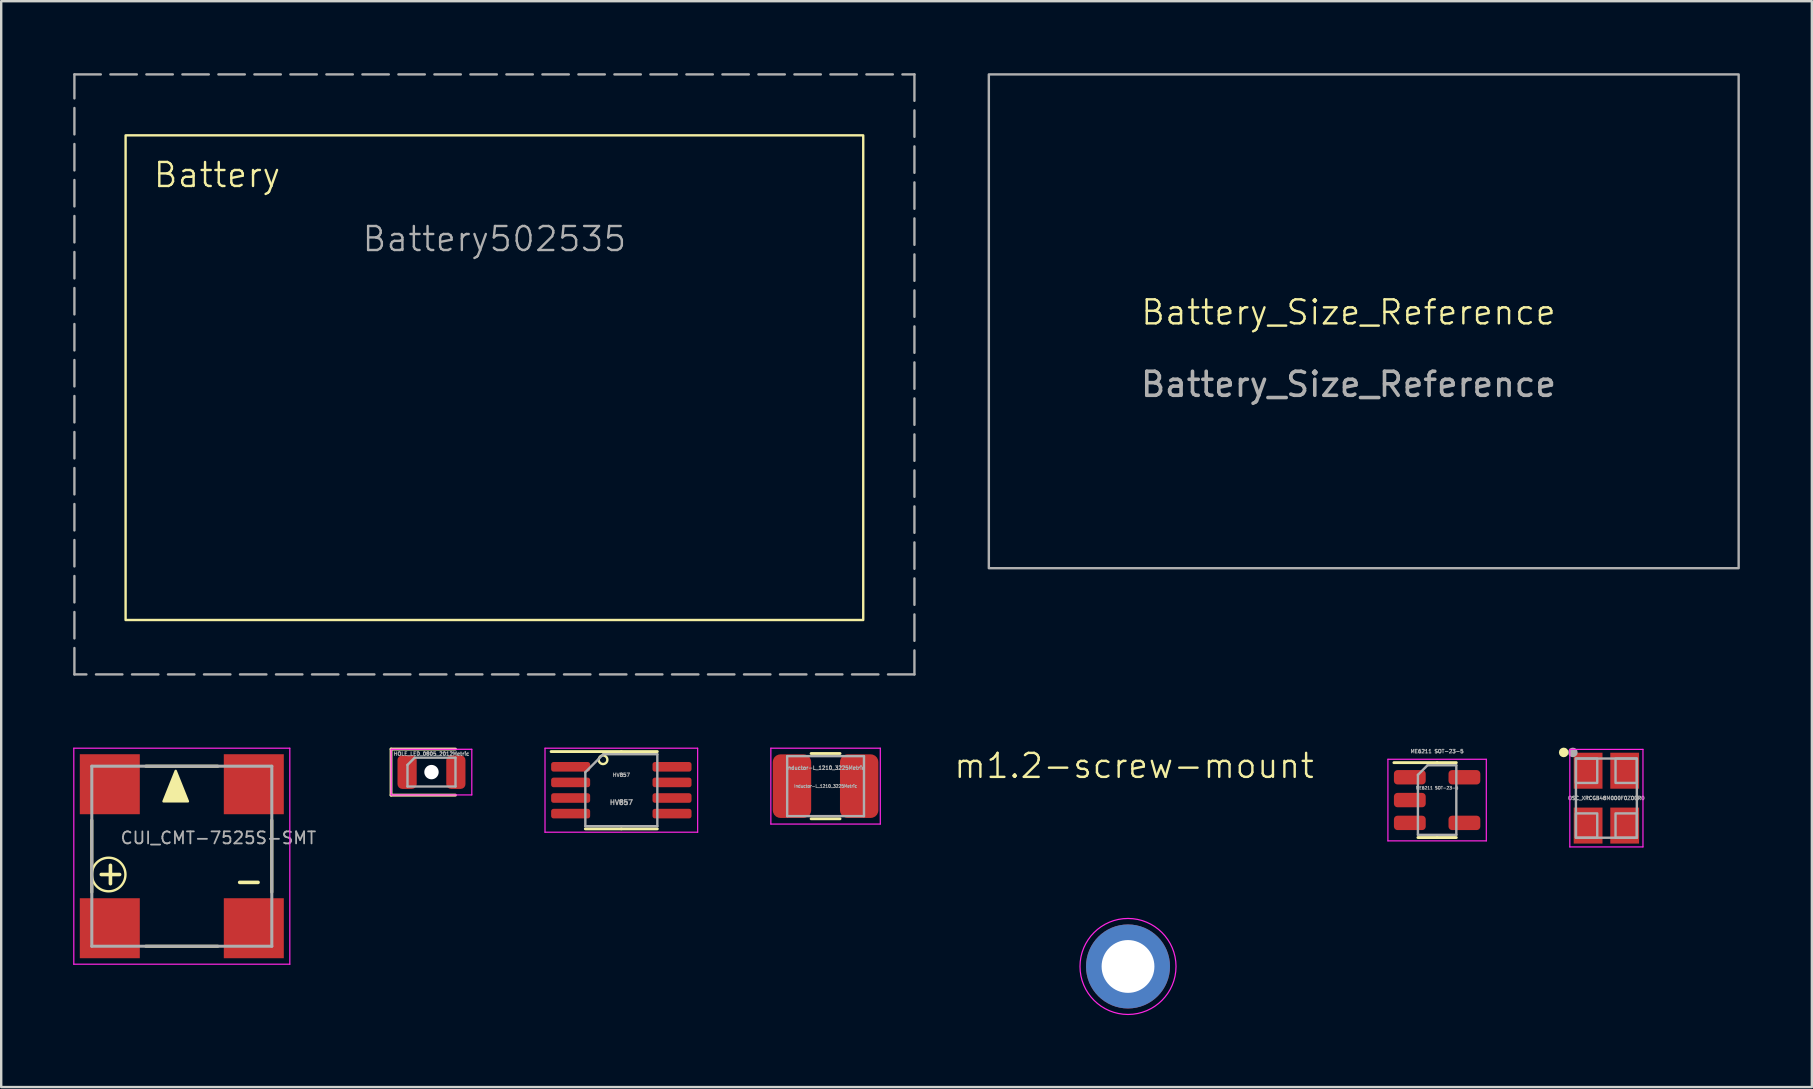
<source format=kicad_pcb>
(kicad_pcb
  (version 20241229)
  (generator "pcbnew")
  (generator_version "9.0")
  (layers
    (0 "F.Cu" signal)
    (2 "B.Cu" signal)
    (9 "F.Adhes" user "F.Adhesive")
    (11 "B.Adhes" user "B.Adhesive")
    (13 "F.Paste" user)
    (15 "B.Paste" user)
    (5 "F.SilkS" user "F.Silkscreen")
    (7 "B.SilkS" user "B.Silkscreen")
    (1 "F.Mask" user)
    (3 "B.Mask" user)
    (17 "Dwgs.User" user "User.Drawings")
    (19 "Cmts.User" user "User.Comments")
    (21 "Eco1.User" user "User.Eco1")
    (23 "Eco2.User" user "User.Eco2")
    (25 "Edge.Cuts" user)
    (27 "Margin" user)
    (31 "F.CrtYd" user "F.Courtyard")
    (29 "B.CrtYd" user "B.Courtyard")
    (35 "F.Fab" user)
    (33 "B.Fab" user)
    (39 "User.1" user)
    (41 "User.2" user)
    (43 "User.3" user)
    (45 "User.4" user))
  (footprint "CUI_CMT-7525S-SMT"
    (layer "F.Cu")
    (at 3.001 33.641)
    (property "Reference" "CUI_CMT-7525S-SMT" (at 3.048 -1.778 0) (layer "F.Fab") (effects (font (size 0.5 0.5) (thickness 0.075))))
    (attr smd)
    (fp_line (start -2.226 0.484) (end -2.226 -2.516) (stroke (width 0.127) (type solid)) (layer "F.SilkS"))
    (fp_line (start 3.024 -4.766) (end 0.024 -4.766) (stroke (width 0.127) (type solid)) (layer "F.SilkS"))
    (fp_line (start 3.024 2.734) (end 0.024 2.734) (stroke (width 0.127) (type solid)) (layer "F.SilkS"))
    (fp_line (start 5.274 -2.516) (end 5.274 0.484) (stroke (width 0.127) (type solid)) (layer "F.SilkS"))
    (fp_circle (center -1.524 -0.254) (end -0.824 -0.254) (stroke (width 0.1) (type default)) (fill no) (layer "F.SilkS"))
    (fp_poly (pts (xy 1.27 -4.572) (xy 0.762 -3.302) (xy 1.778 -3.302)) (stroke (width 0.1) (type solid)) (fill yes) (layer "F.SilkS"))
    (fp_line (start -2.976 3.484) (end -2.976 -5.516) (stroke (width 0.05) (type solid)) (layer "F.CrtYd"))
    (fp_line (start 6.024 -5.516) (end -2.976 -5.516) (stroke (width 0.05) (type solid)) (layer "F.CrtYd"))
    (fp_line (start 6.024 3.484) (end -2.976 3.484) (stroke (width 0.05) (type solid)) (layer "F.CrtYd"))
    (fp_line (start 6.024 3.484) (end 6.024 -5.516) (stroke (width 0.05) (type solid)) (layer "F.CrtYd"))
    (fp_line (start -2.226 -4.766) (end 5.274 -4.766) (stroke (width 0.127) (type solid)) (layer "F.Fab"))
    (fp_line (start -2.226 2.734) (end -2.226 -4.766) (stroke (width 0.127) (type solid)) (layer "F.Fab"))
    (fp_line (start 5.274 -4.766) (end 5.274 2.734) (stroke (width 0.127) (type solid)) (layer "F.Fab"))
    (fp_line (start 5.274 2.734) (end -2.226 2.734) (stroke (width 0.127) (type solid)) (layer "F.Fab"))
    (fp_text user "+" (at -1.524 -0.254 270) (layer "F.SilkS") (effects (font (size 1.003 1.003) (thickness 0.15))))
    (fp_text user "-" (at 4.318 0 180) (layer "F.SilkS") (effects (font (size 1.003 1.003) (thickness 0.15))))
    (pad "1" smd rect (at -1.476 -4.016 270) (size 2.5 2.5) (layers "F.Cu" "F.Mask" "F.Paste"))
    (pad "2" smd rect (at 4.524 -4.016 270) (size 2.5 2.5) (layers "F.Cu" "F.Mask" "F.Paste"))
    (pad "N" smd rect (at 4.524 1.984 270) (size 2.5 2.5) (layers "F.Cu" "F.Mask" "F.Paste"))
    (pad "P" smd rect (at -1.476 1.984 270) (size 2.5 2.5) (layers "F.Cu" "F.Mask" "F.Paste")))
  (footprint "OSC_XRCGB48M000F0Z00R0"
    (layer "F.Cu")
    (at 63.881 30.205)
    (property "Reference" "OSC_XRCGB48M000F0Z00R0" (at 0 0 0) (layer "F.Fab") (effects (font (size 0.15 0.15) (thickness 0.037))))
    (attr smd)
    (fp_circle (center -1.778 -1.905) (end -1.678 -1.905) (stroke (width 0.2) (type solid)) (fill no) (layer "F.SilkS"))
    (fp_line (start -1.524 -2.032) (end -1.524 2.032) (stroke (width 0.05) (type default)) (layer "F.CrtYd"))
    (fp_line (start -1.524 2.032) (end 1.524 2.032) (stroke (width 0.05) (type default)) (layer "F.CrtYd"))
    (fp_line (start 1.524 -2.032) (end -1.524 -2.032) (stroke (width 0.05) (type default)) (layer "F.CrtYd"))
    (fp_line (start 1.524 2.032) (end 1.524 -2.032) (stroke (width 0.05) (type default)) (layer "F.CrtYd"))
    (fp_rect (start -1.27 -1.651) (end -0.381 -0.635) (stroke (width 0.1) (type default)) (fill no) (layer "F.Fab"))
    (fp_rect (start -1.27 -1.651) (end 1.27 1.651) (stroke (width 0.1) (type default)) (fill no) (layer "F.Fab"))
    (fp_rect (start -1.27 1.651) (end -0.381 0.635) (stroke (width 0.1) (type default)) (fill no) (layer "F.Fab"))
    (fp_rect (start 1.27 -1.651) (end 0.381 -0.635) (stroke (width 0.1) (type default)) (fill no) (layer "F.Fab"))
    (fp_rect (start 1.27 1.651) (end 0.381 0.635) (stroke (width 0.1) (type default)) (fill no) (layer "F.Fab"))
    (fp_circle (center -1.397 -1.905) (end -1.297 -1.905) (stroke (width 0.2) (type solid)) (fill no) (layer "F.Fab"))
    (pad "1" smd rect (at -0.762 -1.143) (size 1.2 1.5) (layers "F.Cu" "F.Mask" "F.Paste"))
    (pad "2" smd rect (at -0.762 1.143) (size 1.2 1.5) (layers "F.Cu" "F.Mask" "F.Paste"))
    (pad "3" smd rect (at 0.762 1.143) (size 1.2 1.5) (layers "F.Cu" "F.Mask" "F.Paste"))
    (pad "4" smd rect (at 0.762 -1.143) (size 1.2 1.5) (layers "F.Cu" "F.Mask" "F.Paste")))
  (footprint "HOLE_LED_0805_2012Metric"
    (layer "F.Cu")
    (at 14.928 29.12)
    (property "Reference" "HOLE_LED_0805_2012Metric" (at 0 -0.762 0) (layer "F.Fab") (effects (font (size 0.15 0.15) (thickness 0.037))))
    (attr smd)
    (fp_line (start -1.685 -0.96) (end -1.685 0.96) (stroke (width 0.12) (type solid)) (layer "F.SilkS"))
    (fp_line (start -1.685 0.96) (end 1 0.96) (stroke (width 0.12) (type solid)) (layer "F.SilkS"))
    (fp_line (start 1 -0.96) (end -1.685 -0.96) (stroke (width 0.12) (type solid)) (layer "F.SilkS"))
    (fp_line (start -1.68 -0.95) (end 1.68 -0.95) (stroke (width 0.05) (type solid)) (layer "F.CrtYd"))
    (fp_line (start -1.68 0.95) (end -1.68 -0.95) (stroke (width 0.05) (type solid)) (layer "F.CrtYd"))
    (fp_line (start 1.68 -0.95) (end 1.68 0.95) (stroke (width 0.05) (type solid)) (layer "F.CrtYd"))
    (fp_line (start 1.68 0.95) (end -1.68 0.95) (stroke (width 0.05) (type solid)) (layer "F.CrtYd"))
    (fp_line (start -1 -0.3) (end -1 0.6) (stroke (width 0.1) (type solid)) (layer "F.Fab"))
    (fp_line (start -1 0.6) (end 1 0.6) (stroke (width 0.1) (type solid)) (layer "F.Fab"))
    (fp_line (start -0.7 -0.6) (end -1 -0.3) (stroke (width 0.1) (type solid)) (layer "F.Fab"))
    (fp_line (start 1 -0.6) (end -0.7 -0.6) (stroke (width 0.1) (type solid)) (layer "F.Fab"))
    (fp_line (start 1 0.6) (end 1 -0.6) (stroke (width 0.1) (type solid)) (layer "F.Fab"))
    (pad "" np_thru_hole circle (at 0 0) (size 0.6 0.6) (drill 0.6) (layers "*.Cu" "*.Mask"))
    (pad "1" smd roundrect (at -1.016 0) (size 0.8 1.4) (layers "F.Cu" "F.Mask" "F.Paste") (roundrect_rratio 0.25))
    (pad "2" smd roundrect (at 1.016 0) (size 0.8 1.4) (layers "F.Cu" "F.Mask" "F.Paste") (roundrect_rratio 0.25)))
  (footprint "m1.2-screw-mount"
    (layer "F.Cu")
    (at 43.949 37.218)
    (property "Reference" "m1.2-screw-mount" (at 0.254 -8.358 0) (unlocked yes) (layer "F.SilkS") (effects (font (size 1 1) (thickness 0.1))))
    (attr smd)
    (fp_circle (center 0 0) (end 2 0) (stroke (width 0.05) (type default)) (fill no) (layer "F.CrtYd"))
    (pad "1" thru_hole circle (at 0 0) (size 3.5 3.5) (drill 2.2) (layers "*.Cu" "*.Mask" "Eco2.User")))
  (footprint "ME6211 SOT-23-5"
    (layer "F.Cu")
    (at 56.828 30.286)
    (property "Reference" "ME6211 SOT-23-5" (at 0 -2.032 0) (layer "F.Fab") (effects (font (size 0.15 0.15) (thickness 0.037))))
    (attr smd)
    (fp_line (start 0 -1.56) (end -1.8 -1.56) (stroke (width 0.12) (type solid)) (layer "F.SilkS"))
    (fp_line (start 0 -1.56) (end 0.8 -1.56) (stroke (width 0.12) (type solid)) (layer "F.SilkS"))
    (fp_line (start 0 1.56) (end -0.8 1.56) (stroke (width 0.12) (type solid)) (layer "F.SilkS"))
    (fp_line (start 0 1.56) (end 0.8 1.56) (stroke (width 0.12) (type solid)) (layer "F.SilkS"))
    (fp_line (start -2.05 -1.7) (end -2.05 1.7) (stroke (width 0.05) (type solid)) (layer "F.CrtYd"))
    (fp_line (start -2.05 1.7) (end 2.05 1.7) (stroke (width 0.05) (type solid)) (layer "F.CrtYd"))
    (fp_line (start 2.05 -1.7) (end -2.05 -1.7) (stroke (width 0.05) (type solid)) (layer "F.CrtYd"))
    (fp_line (start 2.05 1.7) (end 2.05 -1.7) (stroke (width 0.05) (type solid)) (layer "F.CrtYd"))
    (fp_line (start -0.8 -1.05) (end -0.4 -1.45) (stroke (width 0.1) (type solid)) (layer "F.Fab"))
    (fp_line (start -0.8 1.45) (end -0.8 -1.05) (stroke (width 0.1) (type solid)) (layer "F.Fab"))
    (fp_line (start -0.4 -1.45) (end 0.8 -1.45) (stroke (width 0.1) (type solid)) (layer "F.Fab"))
    (fp_line (start 0.8 -1.45) (end 0.8 1.45) (stroke (width 0.1) (type solid)) (layer "F.Fab"))
    (fp_line (start 0.8 1.45) (end -0.8 1.45) (stroke (width 0.1) (type solid)) (layer "F.Fab"))
    (fp_text user "${REFERENCE}" (at 0 -0.508 0) (layer "F.Fab") (effects (font (size 0.12 0.12) (thickness 0.03))))
    (pad "1" smd roundrect (at -1.137 -0.95) (size 1.325 0.6) (layers "F.Cu" "F.Mask" "F.Paste") (roundrect_rratio 0.25))
    (pad "2" smd roundrect (at -1.137 0) (size 1.325 0.6) (layers "F.Cu" "F.Mask" "F.Paste") (roundrect_rratio 0.25))
    (pad "3" smd roundrect (at -1.137 0.95) (size 1.325 0.6) (layers "F.Cu" "F.Mask" "F.Paste") (roundrect_rratio 0.25))
    (pad "4" smd roundrect (at 1.137 0.95) (size 1.325 0.6) (layers "F.Cu" "F.Mask" "F.Paste") (roundrect_rratio 0.25))
    (pad "5" smd roundrect (at 1.137 -0.95) (size 1.325 0.6) (layers "F.Cu" "F.Mask" "F.Paste") (roundrect_rratio 0.25)))
  (footprint "HV857"
    (layer "F.Cu")
    (at 22.838 29.875)
    (property "Reference" "HV857" (at 0 -0.635 0) (layer "F.Fab") (effects (font (size 0.15 0.15) (thickness 0.037))))
    (attr smd)
    (fp_line (start 0 -1.61) (end -2.925 -1.61) (stroke (width 0.12) (type solid)) (layer "F.SilkS"))
    (fp_line (start 0 -1.61) (end 1.5 -1.61) (stroke (width 0.12) (type solid)) (layer "F.SilkS"))
    (fp_line (start 0 1.61) (end -1.5 1.61) (stroke (width 0.12) (type solid)) (layer "F.SilkS"))
    (fp_line (start 0 1.61) (end 1.5 1.61) (stroke (width 0.12) (type solid)) (layer "F.SilkS"))
    (fp_circle (center -0.762 -1.27) (end -0.635 -1.143) (stroke (width 0.1) (type default)) (fill no) (layer "F.SilkS"))
    (fp_line (start -3.18 -1.75) (end -3.18 1.75) (stroke (width 0.05) (type solid)) (layer "F.CrtYd"))
    (fp_line (start -3.18 1.75) (end 3.18 1.75) (stroke (width 0.05) (type solid)) (layer "F.CrtYd"))
    (fp_line (start 3.18 -1.75) (end -3.18 -1.75) (stroke (width 0.05) (type solid)) (layer "F.CrtYd"))
    (fp_line (start 3.18 1.75) (end 3.18 -1.75) (stroke (width 0.05) (type solid)) (layer "F.CrtYd"))
    (fp_line (start -1.5 -0.75) (end -0.75 -1.5) (stroke (width 0.1) (type solid)) (layer "F.Fab"))
    (fp_line (start -1.5 1.5) (end -1.5 -0.75) (stroke (width 0.1) (type solid)) (layer "F.Fab"))
    (fp_line (start -0.75 -1.5) (end 1.5 -1.5) (stroke (width 0.1) (type solid)) (layer "F.Fab"))
    (fp_line (start 1.5 -1.5) (end 1.5 1.5) (stroke (width 0.1) (type solid)) (layer "F.Fab"))
    (fp_line (start 1.5 1.5) (end -1.5 1.5) (stroke (width 0.1) (type solid)) (layer "F.Fab"))
    (fp_text user "${REFERENCE}" (at 0 0.508 0) (layer "F.Fab") (effects (font (size 0.2 0.2) (thickness 0.05))))
    (pad "1" smd roundrect (at -2.112 -0.975) (size 1.625 0.4) (layers "F.Cu" "F.Mask" "F.Paste") (roundrect_rratio 0.25))
    (pad "2" smd roundrect (at -2.112 -0.325) (size 1.625 0.4) (layers "F.Cu" "F.Mask" "F.Paste") (roundrect_rratio 0.25))
    (pad "3" smd roundrect (at -2.112 0.325) (size 1.625 0.4) (layers "F.Cu" "F.Mask" "F.Paste") (roundrect_rratio 0.25))
    (pad "4" smd roundrect (at -2.112 0.975) (size 1.625 0.4) (layers "F.Cu" "F.Mask" "F.Paste") (roundrect_rratio 0.25))
    (pad "5" smd roundrect (at 2.112 0.975) (size 1.625 0.4) (layers "F.Cu" "F.Mask" "F.Paste") (roundrect_rratio 0.25))
    (pad "6" smd roundrect (at 2.112 0.325) (size 1.625 0.4) (layers "F.Cu" "F.Mask" "F.Paste") (roundrect_rratio 0.25))
    (pad "7" smd roundrect (at 2.112 -0.325) (size 1.625 0.4) (layers "F.Cu" "F.Mask" "F.Paste") (roundrect_rratio 0.25))
    (pad "8" smd roundrect (at 2.112 -0.975) (size 1.625 0.4) (layers "F.Cu" "F.Mask" "F.Paste") (roundrect_rratio 0.25)))
  (footprint "Battery502535"
    (layer "F.Cu")
    (at 17.55 11.607)
    (property "Reference" "Battery502535" (at 0 -4.699 0) (unlocked yes) (layer "F.Fab") (effects (font (size 1 1) (thickness 0.1))))
    (attr smd)
    (fp_rect (start -15.367 -9.017) (end 15.367 11.176) (stroke (width 0.1) (type default)) (fill no) (layer "F.SilkS"))
    (fp_rect (start -17.5 -11.557) (end 17.5 13.443) (stroke (width 0.1) (type dash)) (fill no) (layer "F.Fab"))
    (fp_text user "Battery" (at -11.557 -7.366 0) (layer "F.SilkS") (effects (font (size 1 1) (thickness 0.1)))))
  (footprint "Inductor-L_1210_3225Metric"
    (layer "F.Cu")
    (at 31.348 29.705)
    (property "Reference" "Inductor-L_1210_3225Metric" (at 0 -0.762 0) (layer "F.Fab") (effects (font (size 0.15 0.15) (thickness 0.037))))
    (attr smd)
    (fp_line (start -0.602 -1.36) (end 0.602 -1.36) (stroke (width 0.12) (type solid)) (layer "F.SilkS"))
    (fp_line (start -0.602 1.36) (end 0.602 1.36) (stroke (width 0.12) (type solid)) (layer "F.SilkS"))
    (fp_line (start -2.28 -1.58) (end 2.28 -1.58) (stroke (width 0.05) (type solid)) (layer "F.CrtYd"))
    (fp_line (start -2.28 1.58) (end -2.28 -1.58) (stroke (width 0.05) (type solid)) (layer "F.CrtYd"))
    (fp_line (start 2.28 -1.58) (end 2.28 1.58) (stroke (width 0.05) (type solid)) (layer "F.CrtYd"))
    (fp_line (start 2.28 1.58) (end -2.28 1.58) (stroke (width 0.05) (type solid)) (layer "F.CrtYd"))
    (fp_line (start -1.6 -1.25) (end 1.6 -1.25) (stroke (width 0.1) (type solid)) (layer "F.Fab"))
    (fp_line (start -1.6 1.25) (end -1.6 -1.25) (stroke (width 0.1) (type solid)) (layer "F.Fab"))
    (fp_line (start 1.6 -1.25) (end 1.6 1.25) (stroke (width 0.1) (type solid)) (layer "F.Fab"))
    (fp_line (start 1.6 1.25) (end -1.6 1.25) (stroke (width 0.1) (type solid)) (layer "F.Fab"))
    (fp_text user "${REFERENCE}" (at 0 0 0) (layer "F.Fab") (effects (font (size 0.12 0.12) (thickness 0.03))))
    (pad "1" smd roundrect (at -1.4 0) (size 1.6 2.65) (layers "F.Cu" "F.Mask" "F.Paste") (roundrect_rratio 0.2))
    (pad "2" smd roundrect (at 1.4 0) (size 1.6 2.65) (layers "F.Cu" "F.Mask" "F.Paste") (roundrect_rratio 0.2)))
  (footprint "Battery_Size_Reference"
    (layer "F.Cu")
    (at 53.136 10.464)
    (property "Reference" "Battery_Size_Reference" (at 0 -0.5 0) (unlocked yes) (layer "F.SilkS") (effects (font (size 1 1) (thickness 0.1))))
    (attr smd)
    (fp_rect (start -14.986 10.16) (end 16.256 -10.414) (stroke (width 0.1) (type default)) (fill no) (layer "F.Fab"))
    (fp_text user "${REFERENCE}" (at 0 2.5 0) (unlocked yes) (layer "F.Fab") (effects (font (size 1 1) (thickness 0.15)))))
  (gr_rect
    (start -3 -3)
    (end 72.442 42.243)
    (stroke (width 0.1) (type default))
    (fill no)
    (layer "Edge.Cuts")))
</source>
